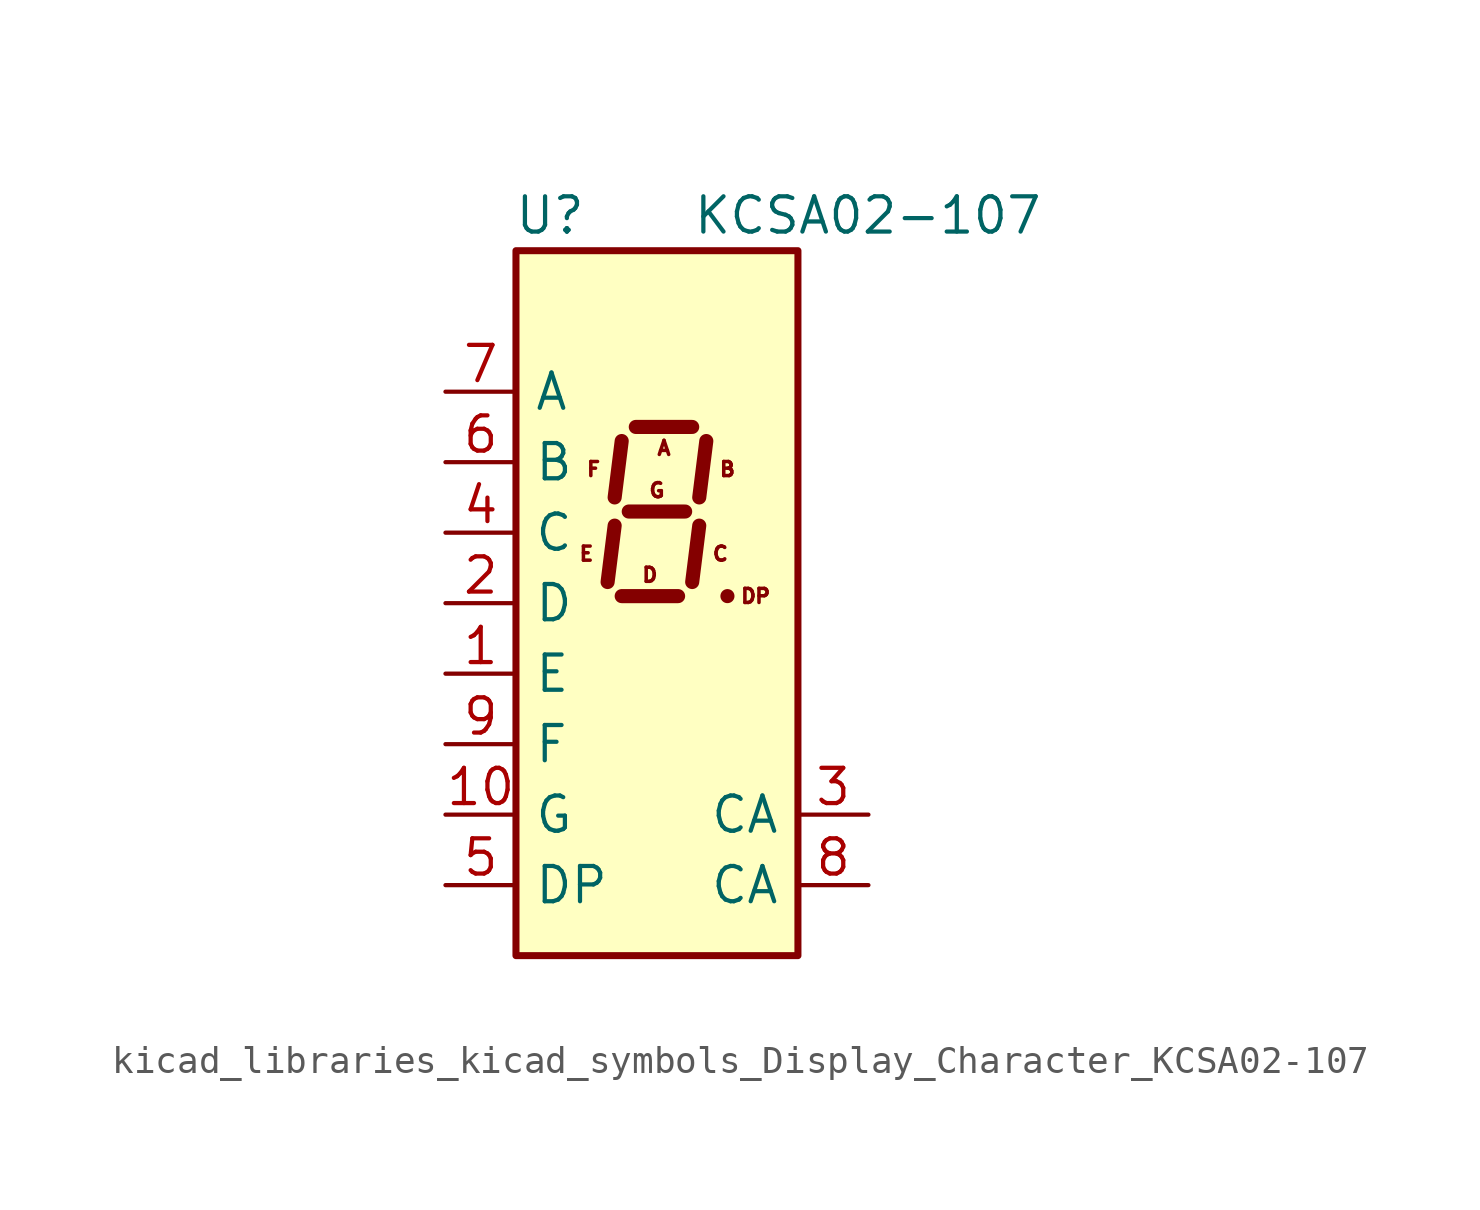
<source format=kicad_sym>
(kicad_symbol_lib
  (version 20220914)
  (generator kicad_symbol_editor)
  (symbol "kicad_libraries_kicad_symbols_Display_Character_KCSA02-107"
    (pin_names
      (offset 0.635))
    (property "Reference" "U"
      (at -2.54 13.97 0)
      (effects (font (size 1.27 1.27)) (justify right)))
    (property "Value" "KCSA02-107"
      (at 1.27 13.97 0)
      (effects (font (size 1.27 1.27)) (justify left)))
    (symbol "kicad_libraries_kicad_symbols_Display_Character_KCSA02-107_0_0"
      (text "A" (at 0.254 5.588 0) (effects (font (size 0.508 0.508))))
      (text "B" (at 2.54 4.826 0) (effects (font (size 0.508 0.508))))
      (text "C" (at 2.286 1.778 0) (effects (font (size 0.508 0.508))))
      (text "D" (at -0.254 1.016 0) (effects (font (size 0.508 0.508))))
      (text "DP" (at 3.556 0.254 0) (effects (font (size 0.508 0.508))))
      (text "E" (at -2.54 1.778 0) (effects (font (size 0.508 0.508))))
      (text "F" (at -2.286 4.826 0) (effects (font (size 0.508 0.508))))
      (text "G" (at 0 4.064 0) (effects (font (size 0.508 0.508)))))
    (symbol "kicad_libraries_kicad_symbols_Display_Character_KCSA02-107_0_1"
      (rectangle (start -5.08 12.7) (end 5.08 -12.7) (stroke (width 0.254) (type default)) (fill (type background)))
      (polyline (pts (xy -1.524 2.794) (xy -1.778 0.762)) (stroke (width 0.508) (type default)) (fill (type none)))
      (polyline (pts (xy -1.27 0.254) (xy 0.762 0.254)) (stroke (width 0.508) (type default)) (fill (type none)))
      (polyline (pts (xy -1.27 5.842) (xy -1.524 3.81)) (stroke (width 0.508) (type default)) (fill (type none)))
      (polyline (pts (xy -1.016 3.302) (xy 1.016 3.302)) (stroke (width 0.508) (type default)) (fill (type none)))
      (polyline (pts (xy -0.762 6.35) (xy 1.27 6.35)) (stroke (width 0.508) (type default)) (fill (type none)))
      (polyline (pts (xy 1.524 2.794) (xy 1.27 0.762)) (stroke (width 0.508) (type default)) (fill (type none)))
      (polyline (pts (xy 1.778 5.842) (xy 1.524 3.81)) (stroke (width 0.508) (type default)) (fill (type none)))
      (polyline (pts (xy 2.54 0.254) (xy 2.54 0.254)) (stroke (width 0.508) (type default)) (fill (type none))))
    (symbol "kicad_libraries_kicad_symbols_Display_Character_KCSA02-107_1_1"
      (pin input line (at -7.62 -2.54 0) (length 2.54) (name "E" (effects (font (size 1.27 1.27)))) (number "1" (effects (font (size 1.27 1.27)))))
      (pin input line (at -7.62 -7.62 0) (length 2.54) (name "G" (effects (font (size 1.27 1.27)))) (number "10" (effects (font (size 1.27 1.27)))))
      (pin input line (at -7.62 0 0) (length 2.54) (name "D" (effects (font (size 1.27 1.27)))) (number "2" (effects (font (size 1.27 1.27)))))
      (pin input line (at 7.62 -7.62 180) (length 2.54) (name "CA" (effects (font (size 1.27 1.27)))) (number "3" (effects (font (size 1.27 1.27)))))
      (pin input line (at -7.62 2.54 0) (length 2.54) (name "C" (effects (font (size 1.27 1.27)))) (number "4" (effects (font (size 1.27 1.27)))))
      (pin input line (at -7.62 -10.16 0) (length 2.54) (name "DP" (effects (font (size 1.27 1.27)))) (number "5" (effects (font (size 1.27 1.27)))))
      (pin input line (at -7.62 5.08 0) (length 2.54) (name "B" (effects (font (size 1.27 1.27)))) (number "6" (effects (font (size 1.27 1.27)))))
      (pin input line (at -7.62 7.62 0) (length 2.54) (name "A" (effects (font (size 1.27 1.27)))) (number "7" (effects (font (size 1.27 1.27)))))
      (pin input line (at 7.62 -10.16 180) (length 2.54) (name "CA" (effects (font (size 1.27 1.27)))) (number "8" (effects (font (size 1.27 1.27)))))
      (pin input line (at -7.62 -5.08 0) (length 2.54) (name "F" (effects (font (size 1.27 1.27)))) (number "9" (effects (font (size 1.27 1.27))))))))
</source>
